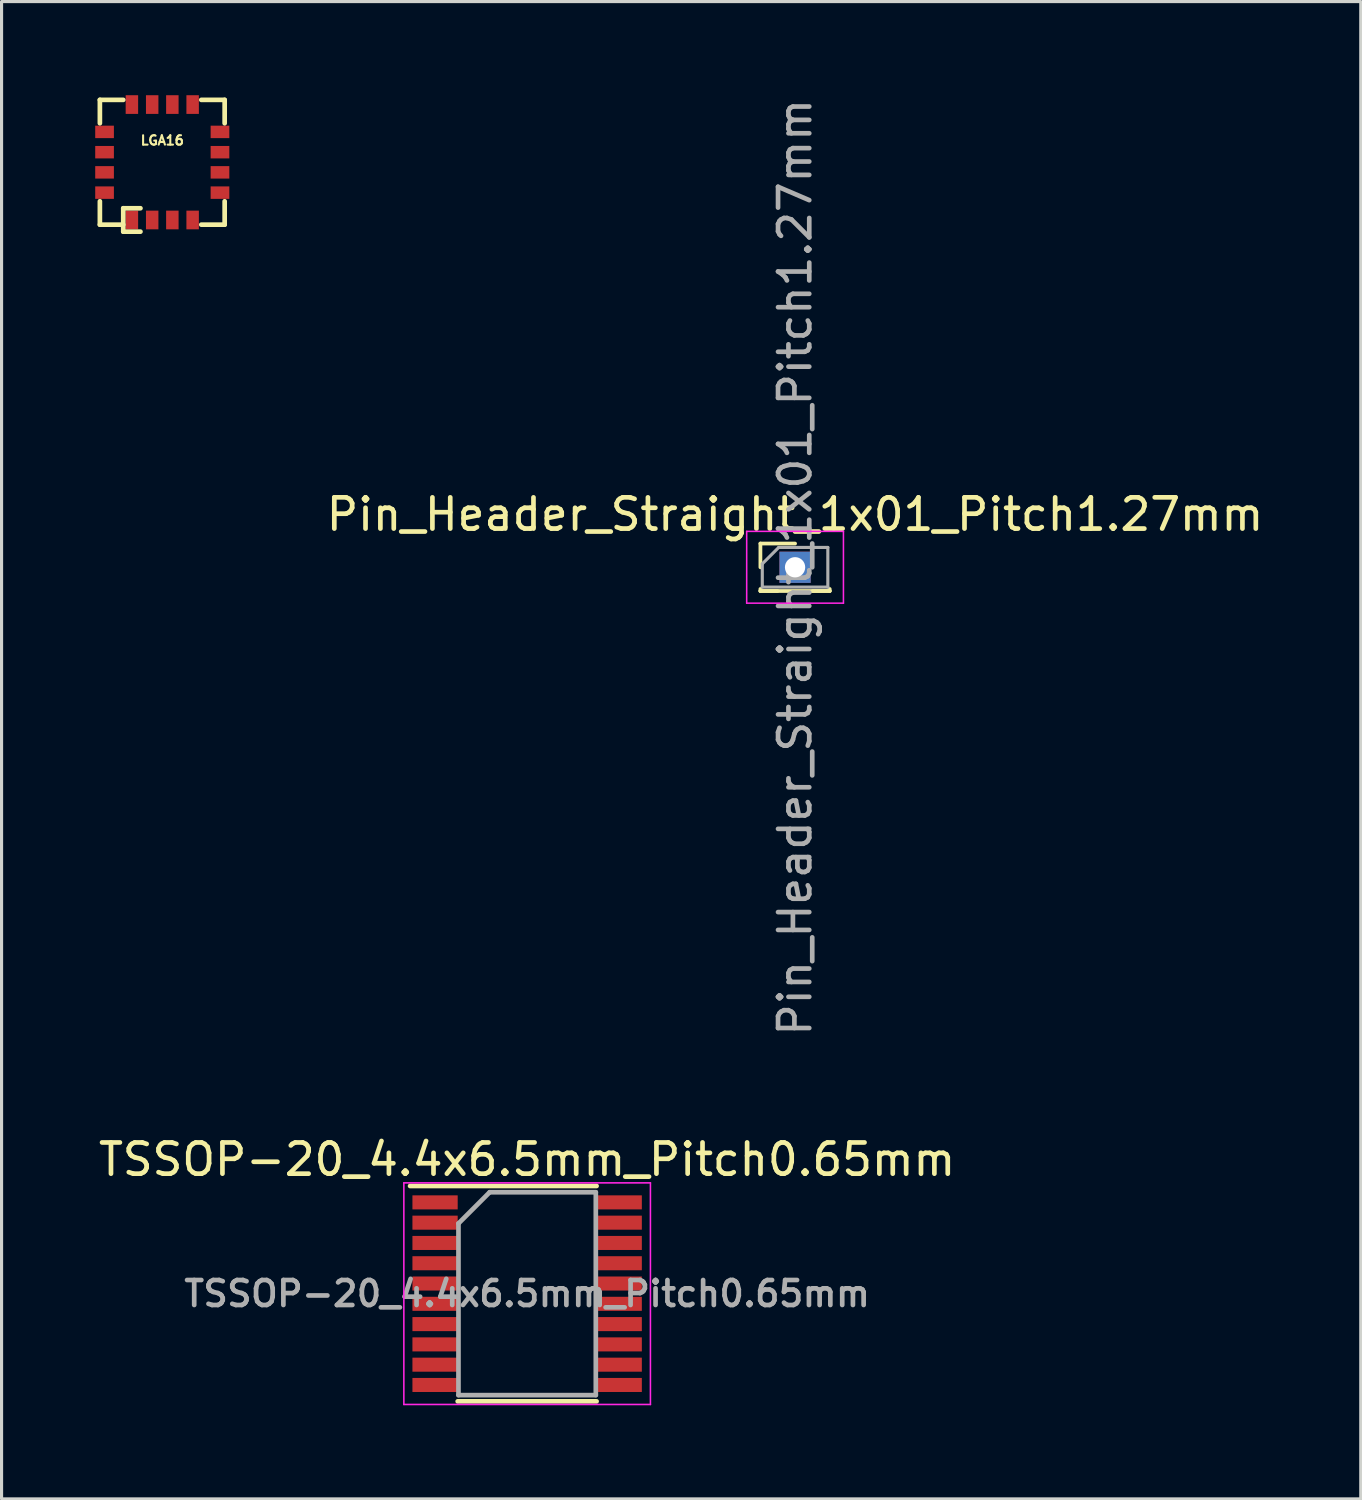
<source format=kicad_pcb>
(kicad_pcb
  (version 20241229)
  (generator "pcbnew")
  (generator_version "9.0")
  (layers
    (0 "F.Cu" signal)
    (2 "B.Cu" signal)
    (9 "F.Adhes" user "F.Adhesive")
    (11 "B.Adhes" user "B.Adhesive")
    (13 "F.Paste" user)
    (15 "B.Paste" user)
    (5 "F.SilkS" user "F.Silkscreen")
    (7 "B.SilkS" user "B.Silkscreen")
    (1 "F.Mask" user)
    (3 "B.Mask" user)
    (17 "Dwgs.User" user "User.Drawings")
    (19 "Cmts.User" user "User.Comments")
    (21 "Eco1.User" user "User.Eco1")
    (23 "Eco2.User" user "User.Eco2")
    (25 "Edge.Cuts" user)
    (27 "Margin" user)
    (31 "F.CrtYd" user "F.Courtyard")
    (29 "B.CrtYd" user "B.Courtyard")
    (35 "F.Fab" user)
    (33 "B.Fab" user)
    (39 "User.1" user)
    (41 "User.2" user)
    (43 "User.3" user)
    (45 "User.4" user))
  (footprint "TSSOP-20_4.4x6.5mm_Pitch0.65mm"
    (layer "F.Cu")
    (at 13.839 38.398)
    (property "Reference" "TSSOP-20_4.4x6.5mm_Pitch0.65mm" (at 0 -4.3 0) (layer "F.SilkS") (effects (font (size 1 1) (thickness 0.15))))
    (attr smd)
    (fp_line (start -3.75 -3.45) (end 2.225 -3.45) (stroke (width 0.15) (type solid)) (layer "F.SilkS"))
    (fp_line (start -2.225 3.45) (end 2.225 3.45) (stroke (width 0.15) (type solid)) (layer "F.SilkS"))
    (fp_line (start -3.95 -3.55) (end -3.95 3.55) (stroke (width 0.05) (type solid)) (layer "F.CrtYd"))
    (fp_line (start -3.95 -3.55) (end 3.95 -3.55) (stroke (width 0.05) (type solid)) (layer "F.CrtYd"))
    (fp_line (start -3.95 3.55) (end 3.95 3.55) (stroke (width 0.05) (type solid)) (layer "F.CrtYd"))
    (fp_line (start 3.95 -3.55) (end 3.95 3.55) (stroke (width 0.05) (type solid)) (layer "F.CrtYd"))
    (fp_line (start -2.2 -2.25) (end -1.2 -3.25) (stroke (width 0.15) (type solid)) (layer "F.Fab"))
    (fp_line (start -2.2 3.25) (end -2.2 -2.25) (stroke (width 0.15) (type solid)) (layer "F.Fab"))
    (fp_line (start -1.2 -3.25) (end 2.2 -3.25) (stroke (width 0.15) (type solid)) (layer "F.Fab"))
    (fp_line (start 2.2 -3.25) (end 2.2 3.25) (stroke (width 0.15) (type solid)) (layer "F.Fab"))
    (fp_line (start 2.2 3.25) (end -2.2 3.25) (stroke (width 0.15) (type solid)) (layer "F.Fab"))
    (fp_text user "${REFERENCE}" (at 0 0 0) (layer "F.Fab") (effects (font (size 0.8 0.8) (thickness 0.15))))
    (pad "1" smd rect (at -2.95 -2.925) (size 1.45 0.45) (layers "F.Cu" "F.Mask" "F.Paste"))
    (pad "2" smd rect (at -2.95 -2.275) (size 1.45 0.45) (layers "F.Cu" "F.Mask" "F.Paste"))
    (pad "3" smd rect (at -2.95 -1.625) (size 1.45 0.45) (layers "F.Cu" "F.Mask" "F.Paste"))
    (pad "4" smd rect (at -2.95 -0.975) (size 1.45 0.45) (layers "F.Cu" "F.Mask" "F.Paste"))
    (pad "5" smd rect (at -2.95 -0.325) (size 1.45 0.45) (layers "F.Cu" "F.Mask" "F.Paste"))
    (pad "6" smd rect (at -2.95 0.325) (size 1.45 0.45) (layers "F.Cu" "F.Mask" "F.Paste"))
    (pad "7" smd rect (at -2.95 0.975) (size 1.45 0.45) (layers "F.Cu" "F.Mask" "F.Paste"))
    (pad "8" smd rect (at -2.95 1.625) (size 1.45 0.45) (layers "F.Cu" "F.Mask" "F.Paste"))
    (pad "9" smd rect (at -2.95 2.275) (size 1.45 0.45) (layers "F.Cu" "F.Mask" "F.Paste"))
    (pad "10" smd rect (at -2.95 2.925) (size 1.45 0.45) (layers "F.Cu" "F.Mask" "F.Paste"))
    (pad "11" smd rect (at 2.95 2.925) (size 1.45 0.45) (layers "F.Cu" "F.Mask" "F.Paste"))
    (pad "12" smd rect (at 2.95 2.275) (size 1.45 0.45) (layers "F.Cu" "F.Mask" "F.Paste"))
    (pad "13" smd rect (at 2.95 1.625) (size 1.45 0.45) (layers "F.Cu" "F.Mask" "F.Paste"))
    (pad "14" smd rect (at 2.95 0.975) (size 1.45 0.45) (layers "F.Cu" "F.Mask" "F.Paste"))
    (pad "15" smd rect (at 2.95 0.325) (size 1.45 0.45) (layers "F.Cu" "F.Mask" "F.Paste"))
    (pad "16" smd rect (at 2.95 -0.325) (size 1.45 0.45) (layers "F.Cu" "F.Mask" "F.Paste"))
    (pad "17" smd rect (at 2.95 -0.975) (size 1.45 0.45) (layers "F.Cu" "F.Mask" "F.Paste"))
    (pad "18" smd rect (at 2.95 -1.625) (size 1.45 0.45) (layers "F.Cu" "F.Mask" "F.Paste"))
    (pad "19" smd rect (at 2.95 -2.275) (size 1.45 0.45) (layers "F.Cu" "F.Mask" "F.Paste"))
    (pad "20" smd rect (at 2.95 -2.925) (size 1.45 0.45) (layers "F.Cu" "F.Mask" "F.Paste")))
  (footprint "LGA16"
    (layer "F.Cu")
    (at 2.149 2.149)
    (property "Reference" "LGA16" (at 0 -0.701 0) (layer "F.SilkS") (effects (font (size 0.3 0.3) (thickness 0.066))))
    (attr through_hole)
    (fp_line (start -1.999 -1.999) (end -1.999 -1.25) (stroke (width 0.15) (type solid)) (layer "F.SilkS"))
    (fp_line (start -1.999 -1.999) (end -1.25 -1.999) (stroke (width 0.15) (type solid)) (layer "F.SilkS"))
    (fp_line (start -1.999 1.25) (end -1.999 1.999) (stroke (width 0.15) (type solid)) (layer "F.SilkS"))
    (fp_line (start -1.999 1.999) (end -1.25 1.999) (stroke (width 0.15) (type solid)) (layer "F.SilkS"))
    (fp_line (start -1.25 1.473) (end -1.25 2.223) (stroke (width 0.15) (type solid)) (layer "F.SilkS"))
    (fp_line (start -1.25 1.473) (end -0.699 1.473) (stroke (width 0.15) (type solid)) (layer "F.SilkS"))
    (fp_line (start -1.25 2.223) (end -0.699 2.223) (stroke (width 0.15) (type solid)) (layer "F.SilkS"))
    (fp_line (start 1.25 -1.999) (end 1.999 -1.999) (stroke (width 0.15) (type solid)) (layer "F.SilkS"))
    (fp_line (start 1.25 1.999) (end 1.999 1.999) (stroke (width 0.15) (type solid)) (layer "F.SilkS"))
    (fp_line (start 1.999 -1.999) (end 1.999 -1.25) (stroke (width 0.15) (type solid)) (layer "F.SilkS"))
    (fp_line (start 1.999 1.25) (end 1.999 1.999) (stroke (width 0.15) (type solid)) (layer "F.SilkS"))
    (pad "1" smd rect (at -0.973 1.849 180) (size 0.399 0.599) (layers "F.Cu" "F.Mask" "F.Paste"))
    (pad "2" smd rect (at -0.323 1.849 180) (size 0.399 0.599) (layers "F.Cu" "F.Mask" "F.Paste"))
    (pad "3" smd rect (at 0.323 1.849 180) (size 0.399 0.599) (layers "F.Cu" "F.Mask" "F.Paste"))
    (pad "4" smd rect (at 0.973 1.849 180) (size 0.399 0.599) (layers "F.Cu" "F.Mask" "F.Paste"))
    (pad "5" smd rect (at 1.849 0.973 270) (size 0.399 0.599) (layers "F.Cu" "F.Mask" "F.Paste"))
    (pad "6" smd rect (at 1.849 0.323 270) (size 0.399 0.599) (layers "F.Cu" "F.Mask" "F.Paste"))
    (pad "7" smd rect (at 1.849 -0.323 270) (size 0.399 0.599) (layers "F.Cu" "F.Mask" "F.Paste"))
    (pad "8" smd rect (at 1.849 -0.973 270) (size 0.399 0.599) (layers "F.Cu" "F.Mask" "F.Paste"))
    (pad "9" smd rect (at 0.973 -1.849) (size 0.399 0.599) (layers "F.Cu" "F.Mask" "F.Paste"))
    (pad "10" smd rect (at 0.323 -1.849) (size 0.399 0.599) (layers "F.Cu" "F.Mask" "F.Paste"))
    (pad "11" smd rect (at -0.323 -1.849) (size 0.399 0.599) (layers "F.Cu" "F.Mask" "F.Paste"))
    (pad "12" smd rect (at -0.973 -1.849) (size 0.399 0.599) (layers "F.Cu" "F.Mask" "F.Paste"))
    (pad "13" smd rect (at -1.849 -0.973 90) (size 0.399 0.599) (layers "F.Cu" "F.Mask" "F.Paste"))
    (pad "14" smd rect (at -1.849 -0.323 90) (size 0.399 0.599) (layers "F.Cu" "F.Mask" "F.Paste"))
    (pad "15" smd rect (at -1.849 0.323 90) (size 0.399 0.599) (layers "F.Cu" "F.Mask" "F.Paste"))
    (pad "16" smd rect (at -1.849 0.973 90) (size 0.399 0.599) (layers "F.Cu" "F.Mask" "F.Paste")))
  (footprint "Pin_Header_Straight_1x01_Pitch1.27mm"
    (layer "F.Cu")
    (at 22.423 15.125)
    (property "Reference" "Pin_Header_Straight_1x01_Pitch1.27mm" (at 0 -1.695 0) (layer "F.SilkS") (effects (font (size 1 1) (thickness 0.15))))
    (attr through_hole)
    (fp_line (start -1.11 -0.76) (end 0 -0.76) (stroke (width 0.12) (type solid)) (layer "F.SilkS"))
    (fp_line (start -1.11 0) (end -1.11 -0.76) (stroke (width 0.12) (type solid)) (layer "F.SilkS"))
    (fp_line (start -1.11 0.76) (end -1.11 0.695) (stroke (width 0.12) (type solid)) (layer "F.SilkS"))
    (fp_line (start -1.11 0.76) (end -0.563 0.76) (stroke (width 0.12) (type solid)) (layer "F.SilkS"))
    (fp_line (start -1.11 0.76) (end 1.11 0.76) (stroke (width 0.12) (type solid)) (layer "F.SilkS"))
    (fp_line (start 0.563 0.76) (end 1.11 0.76) (stroke (width 0.12) (type solid)) (layer "F.SilkS"))
    (fp_line (start 1.11 0.76) (end 1.11 0.695) (stroke (width 0.12) (type solid)) (layer "F.SilkS"))
    (fp_line (start -1.55 -1.15) (end -1.55 1.15) (stroke (width 0.05) (type solid)) (layer "F.CrtYd"))
    (fp_line (start -1.55 1.15) (end 1.55 1.15) (stroke (width 0.05) (type solid)) (layer "F.CrtYd"))
    (fp_line (start 1.55 -1.15) (end -1.55 -1.15) (stroke (width 0.05) (type solid)) (layer "F.CrtYd"))
    (fp_line (start 1.55 1.15) (end 1.55 -1.15) (stroke (width 0.05) (type solid)) (layer "F.CrtYd"))
    (fp_line (start -1.05 -0.11) (end -0.525 -0.635) (stroke (width 0.1) (type solid)) (layer "F.Fab"))
    (fp_line (start -1.05 0.635) (end -1.05 -0.11) (stroke (width 0.1) (type solid)) (layer "F.Fab"))
    (fp_line (start -0.525 -0.635) (end 1.05 -0.635) (stroke (width 0.1) (type solid)) (layer "F.Fab"))
    (fp_line (start 1.05 -0.635) (end 1.05 0.635) (stroke (width 0.1) (type solid)) (layer "F.Fab"))
    (fp_line (start 1.05 0.635) (end -1.05 0.635) (stroke (width 0.1) (type solid)) (layer "F.Fab"))
    (fp_text user "${REFERENCE}" (at 0 0 90) (layer "F.Fab") (effects (font (size 1 1) (thickness 0.15))))
    (pad "1" thru_hole rect (at 0 0) (size 1 1) (drill 0.65) (layers "*.Cu" "*.Mask")))
  (gr_rect
    (start -3 -3)
    (end 40.548 44.973)
    (stroke (width 0.1) (type default))
    (fill no)
    (layer "Edge.Cuts")))
</source>
